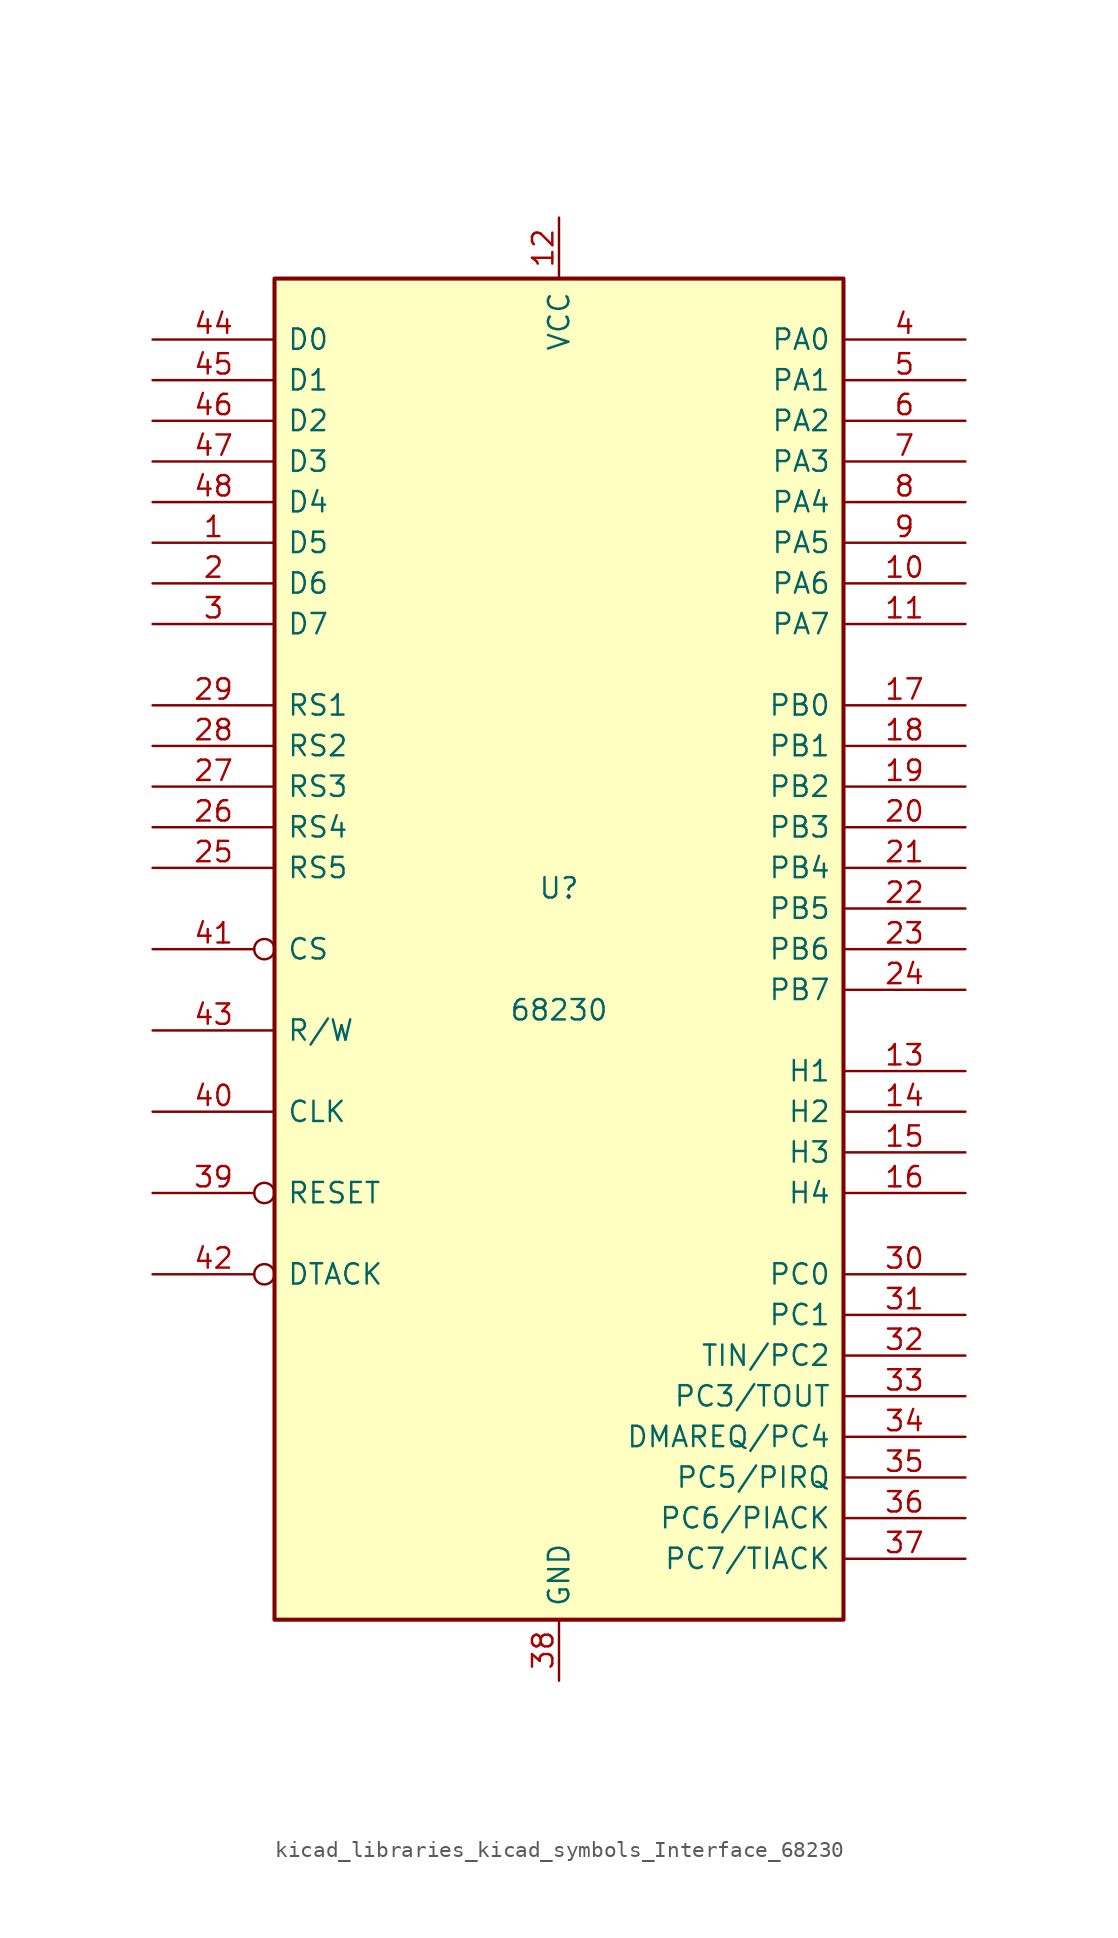
<source format=kicad_sym>
(kicad_symbol_lib
  (version 20220914)
  (generator kicad_symbol_editor)
  (symbol "kicad_libraries_kicad_symbols_Interface_68230"
    (pin_names
      (offset 0.762))
    (property "Reference" "U"
      (at 0 3.81 0)
      (effects (font (size 1.27 1.27))))
    (property "Value" "68230"
      (at 0 -3.81 0)
      (effects (font (size 1.27 1.27))))
    (symbol "kicad_libraries_kicad_symbols_Interface_68230_0_1"
      (rectangle (start -17.78 41.91) (end 17.78 -41.91) (stroke (width 0.254) (type default)) (fill (type background))))
    (symbol "kicad_libraries_kicad_symbols_Interface_68230_1_1"
      (pin tri_state line (at -25.4 25.4 0) (length 7.62) (name "D5" (effects (font (size 1.27 1.27)))) (number "1" (effects (font (size 1.27 1.27)))))
      (pin bidirectional line (at 25.4 22.86 180) (length 7.62) (name "PA6" (effects (font (size 1.27 1.27)))) (number "10" (effects (font (size 1.27 1.27)))))
      (pin bidirectional line (at 25.4 20.32 180) (length 7.62) (name "PA7" (effects (font (size 1.27 1.27)))) (number "11" (effects (font (size 1.27 1.27)))))
      (pin power_in line (at 0 45.72 270) (length 3.81) (name "VCC" (effects (font (size 1.27 1.27)))) (number "12" (effects (font (size 1.27 1.27)))))
      (pin input line (at 25.4 -7.62 180) (length 7.62) (name "H1" (effects (font (size 1.27 1.27)))) (number "13" (effects (font (size 1.27 1.27)))))
      (pin bidirectional line (at 25.4 -10.16 180) (length 7.62) (name "H2" (effects (font (size 1.27 1.27)))) (number "14" (effects (font (size 1.27 1.27)))))
      (pin input line (at 25.4 -12.7 180) (length 7.62) (name "H3" (effects (font (size 1.27 1.27)))) (number "15" (effects (font (size 1.27 1.27)))))
      (pin bidirectional line (at 25.4 -15.24 180) (length 7.62) (name "H4" (effects (font (size 1.27 1.27)))) (number "16" (effects (font (size 1.27 1.27)))))
      (pin bidirectional line (at 25.4 15.24 180) (length 7.62) (name "PB0" (effects (font (size 1.27 1.27)))) (number "17" (effects (font (size 1.27 1.27)))))
      (pin bidirectional line (at 25.4 12.7 180) (length 7.62) (name "PB1" (effects (font (size 1.27 1.27)))) (number "18" (effects (font (size 1.27 1.27)))))
      (pin bidirectional line (at 25.4 10.16 180) (length 7.62) (name "PB2" (effects (font (size 1.27 1.27)))) (number "19" (effects (font (size 1.27 1.27)))))
      (pin tri_state line (at -25.4 22.86 0) (length 7.62) (name "D6" (effects (font (size 1.27 1.27)))) (number "2" (effects (font (size 1.27 1.27)))))
      (pin bidirectional line (at 25.4 7.62 180) (length 7.62) (name "PB3" (effects (font (size 1.27 1.27)))) (number "20" (effects (font (size 1.27 1.27)))))
      (pin bidirectional line (at 25.4 5.08 180) (length 7.62) (name "PB4" (effects (font (size 1.27 1.27)))) (number "21" (effects (font (size 1.27 1.27)))))
      (pin bidirectional line (at 25.4 2.54 180) (length 7.62) (name "PB5" (effects (font (size 1.27 1.27)))) (number "22" (effects (font (size 1.27 1.27)))))
      (pin bidirectional line (at 25.4 0 180) (length 7.62) (name "PB6" (effects (font (size 1.27 1.27)))) (number "23" (effects (font (size 1.27 1.27)))))
      (pin bidirectional line (at 25.4 -2.54 180) (length 7.62) (name "PB7" (effects (font (size 1.27 1.27)))) (number "24" (effects (font (size 1.27 1.27)))))
      (pin input line (at -25.4 5.08 0) (length 7.62) (name "RS5" (effects (font (size 1.27 1.27)))) (number "25" (effects (font (size 1.27 1.27)))))
      (pin input line (at -25.4 7.62 0) (length 7.62) (name "RS4" (effects (font (size 1.27 1.27)))) (number "26" (effects (font (size 1.27 1.27)))))
      (pin input line (at -25.4 10.16 0) (length 7.62) (name "RS3" (effects (font (size 1.27 1.27)))) (number "27" (effects (font (size 1.27 1.27)))))
      (pin input line (at -25.4 12.7 0) (length 7.62) (name "RS2" (effects (font (size 1.27 1.27)))) (number "28" (effects (font (size 1.27 1.27)))))
      (pin input line (at -25.4 15.24 0) (length 7.62) (name "RS1" (effects (font (size 1.27 1.27)))) (number "29" (effects (font (size 1.27 1.27)))))
      (pin tri_state line (at -25.4 20.32 0) (length 7.62) (name "D7" (effects (font (size 1.27 1.27)))) (number "3" (effects (font (size 1.27 1.27)))))
      (pin bidirectional line (at 25.4 -20.32 180) (length 7.62) (name "PC0" (effects (font (size 1.27 1.27)))) (number "30" (effects (font (size 1.27 1.27)))))
      (pin bidirectional line (at 25.4 -22.86 180) (length 7.62) (name "PC1" (effects (font (size 1.27 1.27)))) (number "31" (effects (font (size 1.27 1.27)))))
      (pin bidirectional line (at 25.4 -25.4 180) (length 7.62) (name "TIN/PC2" (effects (font (size 1.27 1.27)))) (number "32" (effects (font (size 1.27 1.27)))))
      (pin bidirectional line (at 25.4 -27.94 180) (length 7.62) (name "PC3/TOUT" (effects (font (size 1.27 1.27)))) (number "33" (effects (font (size 1.27 1.27)))))
      (pin bidirectional line (at 25.4 -30.48 180) (length 7.62) (name "DMAREQ/PC4" (effects (font (size 1.27 1.27)))) (number "34" (effects (font (size 1.27 1.27)))))
      (pin bidirectional line (at 25.4 -33.02 180) (length 7.62) (name "PC5/PIRQ" (effects (font (size 1.27 1.27)))) (number "35" (effects (font (size 1.27 1.27)))))
      (pin bidirectional line (at 25.4 -35.56 180) (length 7.62) (name "PC6/PIACK" (effects (font (size 1.27 1.27)))) (number "36" (effects (font (size 1.27 1.27)))))
      (pin bidirectional line (at 25.4 -38.1 180) (length 7.62) (name "PC7/TIACK" (effects (font (size 1.27 1.27)))) (number "37" (effects (font (size 1.27 1.27)))))
      (pin power_in line (at 0 -45.72 90) (length 3.81) (name "GND" (effects (font (size 1.27 1.27)))) (number "38" (effects (font (size 1.27 1.27)))))
      (pin input inverted (at -25.4 -15.24 0) (length 7.62) (name "RESET" (effects (font (size 1.27 1.27)))) (number "39" (effects (font (size 1.27 1.27)))))
      (pin bidirectional line (at 25.4 38.1 180) (length 7.62) (name "PA0" (effects (font (size 1.27 1.27)))) (number "4" (effects (font (size 1.27 1.27)))))
      (pin input line (at -25.4 -10.16 0) (length 7.62) (name "CLK" (effects (font (size 1.27 1.27)))) (number "40" (effects (font (size 1.27 1.27)))))
      (pin input inverted (at -25.4 0 0) (length 7.62) (name "CS" (effects (font (size 1.27 1.27)))) (number "41" (effects (font (size 1.27 1.27)))))
      (pin open_collector inverted (at -25.4 -20.32 0) (length 7.62) (name "DTACK" (effects (font (size 1.27 1.27)))) (number "42" (effects (font (size 1.27 1.27)))))
      (pin input line (at -25.4 -5.08 0) (length 7.62) (name "R/W" (effects (font (size 1.27 1.27)))) (number "43" (effects (font (size 1.27 1.27)))))
      (pin tri_state line (at -25.4 38.1 0) (length 7.62) (name "D0" (effects (font (size 1.27 1.27)))) (number "44" (effects (font (size 1.27 1.27)))))
      (pin tri_state line (at -25.4 35.56 0) (length 7.62) (name "D1" (effects (font (size 1.27 1.27)))) (number "45" (effects (font (size 1.27 1.27)))))
      (pin tri_state line (at -25.4 33.02 0) (length 7.62) (name "D2" (effects (font (size 1.27 1.27)))) (number "46" (effects (font (size 1.27 1.27)))))
      (pin tri_state line (at -25.4 30.48 0) (length 7.62) (name "D3" (effects (font (size 1.27 1.27)))) (number "47" (effects (font (size 1.27 1.27)))))
      (pin tri_state line (at -25.4 27.94 0) (length 7.62) (name "D4" (effects (font (size 1.27 1.27)))) (number "48" (effects (font (size 1.27 1.27)))))
      (pin bidirectional line (at 25.4 35.56 180) (length 7.62) (name "PA1" (effects (font (size 1.27 1.27)))) (number "5" (effects (font (size 1.27 1.27)))))
      (pin bidirectional line (at 25.4 33.02 180) (length 7.62) (name "PA2" (effects (font (size 1.27 1.27)))) (number "6" (effects (font (size 1.27 1.27)))))
      (pin bidirectional line (at 25.4 30.48 180) (length 7.62) (name "PA3" (effects (font (size 1.27 1.27)))) (number "7" (effects (font (size 1.27 1.27)))))
      (pin bidirectional line (at 25.4 27.94 180) (length 7.62) (name "PA4" (effects (font (size 1.27 1.27)))) (number "8" (effects (font (size 1.27 1.27)))))
      (pin bidirectional line (at 25.4 25.4 180) (length 7.62) (name "PA5" (effects (font (size 1.27 1.27)))) (number "9" (effects (font (size 1.27 1.27))))))))
</source>
